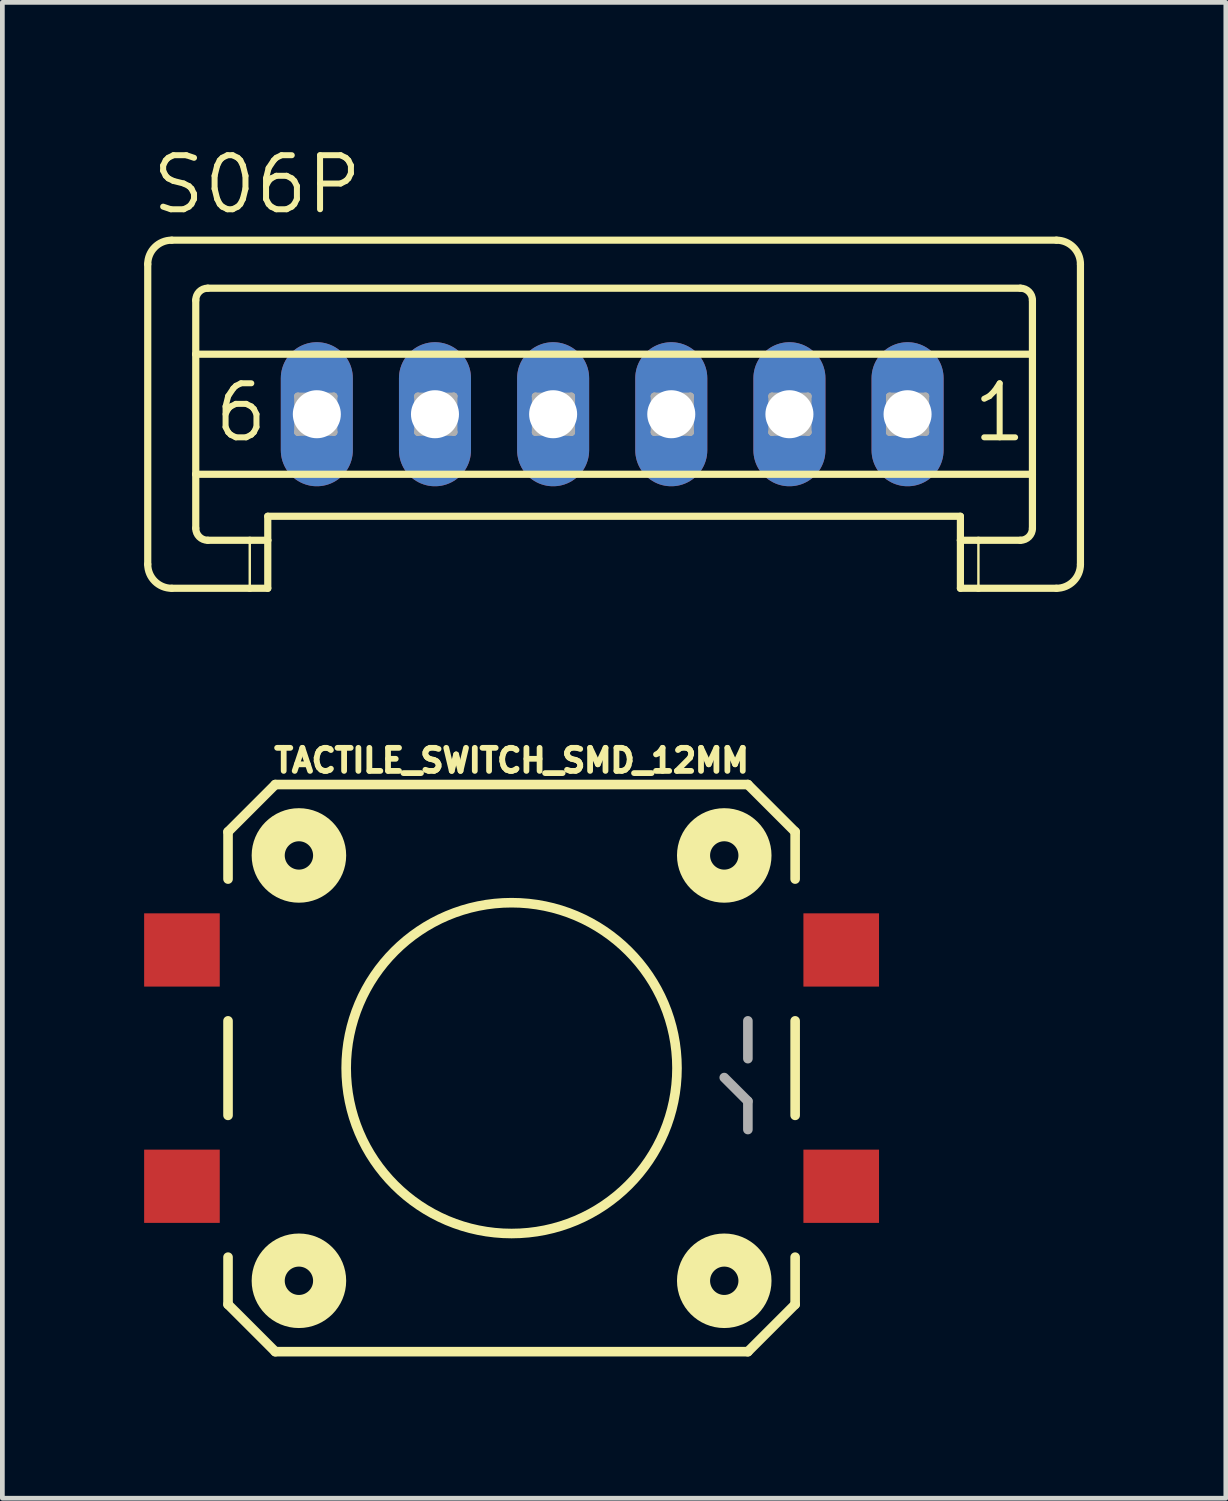
<source format=kicad_pcb>
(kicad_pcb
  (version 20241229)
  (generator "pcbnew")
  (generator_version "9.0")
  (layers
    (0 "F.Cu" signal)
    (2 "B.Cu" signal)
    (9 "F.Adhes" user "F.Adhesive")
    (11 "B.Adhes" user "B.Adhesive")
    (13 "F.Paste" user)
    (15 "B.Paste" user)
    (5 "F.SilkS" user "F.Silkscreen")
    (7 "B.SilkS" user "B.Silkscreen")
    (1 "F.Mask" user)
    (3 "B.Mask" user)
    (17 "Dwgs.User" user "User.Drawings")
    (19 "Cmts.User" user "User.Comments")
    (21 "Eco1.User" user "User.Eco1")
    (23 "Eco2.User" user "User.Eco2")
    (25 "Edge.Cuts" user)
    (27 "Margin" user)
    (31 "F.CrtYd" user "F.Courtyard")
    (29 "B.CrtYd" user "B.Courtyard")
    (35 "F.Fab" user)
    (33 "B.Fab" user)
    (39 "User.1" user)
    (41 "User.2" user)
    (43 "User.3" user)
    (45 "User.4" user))
  (footprint "S06P"
    (layer "F.Cu")
    (at 9.904 5.715)
    (property "Reference" "S06P" (at -9.803 -4.191 0) (layer "F.SilkS") (effects (font (size 1.143 1.143) (thickness 0.127)) (justify left bottom)))
    (fp_line (start -9.828 -3.175) (end -9.828 3.175) (stroke (width 0.152) (type solid)) (layer "F.SilkS"))
    (fp_line (start -9.32 -3.683) (end 9.4 -3.683) (stroke (width 0.152) (type solid)) (layer "F.SilkS"))
    (fp_line (start -8.812 -1.27) (end -8.812 -2.413) (stroke (width 0.152) (type solid)) (layer "F.SilkS"))
    (fp_line (start -8.812 -1.27) (end 8.892 -1.27) (stroke (width 0.152) (type solid)) (layer "F.SilkS"))
    (fp_line (start -8.812 1.27) (end -8.812 -1.27) (stroke (width 0.152) (type solid)) (layer "F.SilkS"))
    (fp_line (start -8.812 1.27) (end 8.892 1.27) (stroke (width 0.152) (type solid)) (layer "F.SilkS"))
    (fp_line (start -8.812 2.413) (end -8.812 1.27) (stroke (width 0.152) (type solid)) (layer "F.SilkS"))
    (fp_line (start -8.558 -2.667) (end 8.638 -2.667) (stroke (width 0.152) (type solid)) (layer "F.SilkS"))
    (fp_line (start -8.558 2.667) (end -7.669 2.667) (stroke (width 0.152) (type solid)) (layer "F.SilkS"))
    (fp_line (start -7.669 2.667) (end -7.669 3.683) (stroke (width 0.051) (type solid)) (layer "F.SilkS"))
    (fp_line (start -7.669 2.667) (end -7.288 2.667) (stroke (width 0.152) (type solid)) (layer "F.SilkS"))
    (fp_line (start -7.669 3.683) (end -9.32 3.683) (stroke (width 0.152) (type solid)) (layer "F.SilkS"))
    (fp_line (start -7.288 2.159) (end 7.368 2.159) (stroke (width 0.152) (type solid)) (layer "F.SilkS"))
    (fp_line (start -7.288 2.667) (end -7.288 2.159) (stroke (width 0.152) (type solid)) (layer "F.SilkS"))
    (fp_line (start -7.288 2.667) (end -7.288 3.683) (stroke (width 0.152) (type solid)) (layer "F.SilkS"))
    (fp_line (start -7.288 3.683) (end -7.669 3.683) (stroke (width 0.152) (type solid)) (layer "F.SilkS"))
    (fp_line (start 7.368 2.667) (end 7.368 2.159) (stroke (width 0.152) (type solid)) (layer "F.SilkS"))
    (fp_line (start 7.368 2.667) (end 7.749 2.667) (stroke (width 0.152) (type solid)) (layer "F.SilkS"))
    (fp_line (start 7.368 3.683) (end 7.368 2.667) (stroke (width 0.152) (type solid)) (layer "F.SilkS"))
    (fp_line (start 7.749 2.667) (end 7.749 3.683) (stroke (width 0.051) (type solid)) (layer "F.SilkS"))
    (fp_line (start 7.749 2.667) (end 8.638 2.667) (stroke (width 0.152) (type solid)) (layer "F.SilkS"))
    (fp_line (start 7.749 3.683) (end 7.368 3.683) (stroke (width 0.152) (type solid)) (layer "F.SilkS"))
    (fp_line (start 8.892 -1.27) (end 8.892 -2.413) (stroke (width 0.152) (type solid)) (layer "F.SilkS"))
    (fp_line (start 8.892 1.27) (end 8.892 -1.27) (stroke (width 0.152) (type solid)) (layer "F.SilkS"))
    (fp_line (start 8.892 2.413) (end 8.892 1.27) (stroke (width 0.152) (type solid)) (layer "F.SilkS"))
    (fp_line (start 9.4 3.683) (end 7.749 3.683) (stroke (width 0.152) (type solid)) (layer "F.SilkS"))
    (fp_line (start 9.908 -3.175) (end 9.908 3.175) (stroke (width 0.152) (type solid)) (layer "F.SilkS"))
    (fp_arc (start -9.828 -3.175) (mid -9.67921 -3.53421) (end -9.32 -3.683) (stroke (width 0.1524) (type solid)) (layer "F.SilkS"))
    (fp_arc (start -9.32 3.683) (mid -9.67921 3.53421) (end -9.828 3.175) (stroke (width 0.1524) (type solid)) (layer "F.SilkS"))
    (fp_arc (start -8.812 -2.413) (mid -8.737605 -2.592605) (end -8.558 -2.667) (stroke (width 0.1524) (type solid)) (layer "F.SilkS"))
    (fp_arc (start -8.558 2.667) (mid -8.737605 2.592605) (end -8.812 2.413) (stroke (width 0.1524) (type solid)) (layer "F.SilkS"))
    (fp_arc (start 8.638 -2.667) (mid 8.817605 -2.592605) (end 8.892 -2.413) (stroke (width 0.1524) (type solid)) (layer "F.SilkS"))
    (fp_arc (start 8.892 2.413) (mid 8.817605 2.592605) (end 8.638 2.667) (stroke (width 0.1524) (type solid)) (layer "F.SilkS"))
    (fp_arc (start 9.4 -3.683) (mid 9.75921 -3.53421) (end 9.908 -3.175) (stroke (width 0.1524) (type solid)) (layer "F.SilkS"))
    (fp_arc (start 9.908 3.175) (mid 9.75921 3.53421) (end 9.4 3.683) (stroke (width 0.1524) (type solid)) (layer "F.SilkS"))
    (fp_line (start -6.653 -0.381) (end -6.653 0.381) (stroke (width 0.152) (type solid)) (layer "F.Fab"))
    (fp_line (start -6.653 -0.381) (end -5.891 0.381) (stroke (width 0.152) (type solid)) (layer "F.Fab"))
    (fp_line (start -6.653 0.381) (end -5.891 0.381) (stroke (width 0.152) (type solid)) (layer "F.Fab"))
    (fp_line (start -5.891 -0.381) (end -6.653 -0.381) (stroke (width 0.152) (type solid)) (layer "F.Fab"))
    (fp_line (start -5.891 -0.381) (end -6.653 0.381) (stroke (width 0.152) (type solid)) (layer "F.Fab"))
    (fp_line (start -5.891 0.381) (end -5.891 -0.381) (stroke (width 0.152) (type solid)) (layer "F.Fab"))
    (fp_line (start -4.113 -0.381) (end -4.113 0.381) (stroke (width 0.152) (type solid)) (layer "F.Fab"))
    (fp_line (start -4.113 -0.381) (end -3.351 0.381) (stroke (width 0.152) (type solid)) (layer "F.Fab"))
    (fp_line (start -4.113 0.381) (end -3.351 0.381) (stroke (width 0.152) (type solid)) (layer "F.Fab"))
    (fp_line (start -3.351 -0.381) (end -4.113 -0.381) (stroke (width 0.152) (type solid)) (layer "F.Fab"))
    (fp_line (start -3.351 -0.381) (end -4.113 0.381) (stroke (width 0.152) (type solid)) (layer "F.Fab"))
    (fp_line (start -3.351 0.381) (end -3.351 -0.381) (stroke (width 0.152) (type solid)) (layer "F.Fab"))
    (fp_line (start -1.624 -0.381) (end -1.624 0.381) (stroke (width 0.152) (type solid)) (layer "F.Fab"))
    (fp_line (start -1.624 -0.381) (end -0.862 0.381) (stroke (width 0.152) (type solid)) (layer "F.Fab"))
    (fp_line (start -1.624 0.381) (end -0.862 0.381) (stroke (width 0.152) (type solid)) (layer "F.Fab"))
    (fp_line (start -0.862 -0.381) (end -1.624 -0.381) (stroke (width 0.152) (type solid)) (layer "F.Fab"))
    (fp_line (start -0.862 -0.381) (end -1.624 0.381) (stroke (width 0.152) (type solid)) (layer "F.Fab"))
    (fp_line (start -0.862 0.381) (end -0.862 -0.381) (stroke (width 0.152) (type solid)) (layer "F.Fab"))
    (fp_line (start 0.891 -0.381) (end 0.891 0.381) (stroke (width 0.152) (type solid)) (layer "F.Fab"))
    (fp_line (start 0.891 -0.381) (end 1.653 0.381) (stroke (width 0.152) (type solid)) (layer "F.Fab"))
    (fp_line (start 0.891 0.381) (end 1.653 0.381) (stroke (width 0.152) (type solid)) (layer "F.Fab"))
    (fp_line (start 1.653 -0.381) (end 0.891 -0.381) (stroke (width 0.152) (type solid)) (layer "F.Fab"))
    (fp_line (start 1.653 -0.381) (end 0.891 0.381) (stroke (width 0.152) (type solid)) (layer "F.Fab"))
    (fp_line (start 1.653 0.381) (end 1.653 -0.381) (stroke (width 0.152) (type solid)) (layer "F.Fab"))
    (fp_line (start 3.38 -0.381) (end 3.38 0.381) (stroke (width 0.152) (type solid)) (layer "F.Fab"))
    (fp_line (start 3.38 -0.381) (end 4.142 0.381) (stroke (width 0.152) (type solid)) (layer "F.Fab"))
    (fp_line (start 3.38 0.381) (end 4.142 0.381) (stroke (width 0.152) (type solid)) (layer "F.Fab"))
    (fp_line (start 4.142 -0.381) (end 3.38 -0.381) (stroke (width 0.152) (type solid)) (layer "F.Fab"))
    (fp_line (start 4.142 -0.381) (end 3.38 0.381) (stroke (width 0.152) (type solid)) (layer "F.Fab"))
    (fp_line (start 4.142 0.381) (end 4.142 -0.381) (stroke (width 0.152) (type solid)) (layer "F.Fab"))
    (fp_line (start 5.869 -0.381) (end 5.869 0.381) (stroke (width 0.152) (type solid)) (layer "F.Fab"))
    (fp_line (start 5.869 -0.381) (end 6.631 0.381) (stroke (width 0.152) (type solid)) (layer "F.Fab"))
    (fp_line (start 5.869 0.381) (end 6.631 0.381) (stroke (width 0.152) (type solid)) (layer "F.Fab"))
    (fp_line (start 6.631 -0.381) (end 5.869 -0.381) (stroke (width 0.152) (type solid)) (layer "F.Fab"))
    (fp_line (start 6.631 -0.381) (end 5.869 0.381) (stroke (width 0.152) (type solid)) (layer "F.Fab"))
    (fp_line (start 6.631 0.381) (end 6.631 -0.381) (stroke (width 0.152) (type solid)) (layer "F.Fab"))
    (fp_text user "1" (at 7.571 0.635 0) (layer "F.SilkS") (effects (font (size 1.143 1.143) (thickness 0.127)) (justify left bottom)))
    (fp_text user "6" (at -8.482 0.635 0) (layer "F.SilkS") (effects (font (size 1.143 1.143) (thickness 0.127)) (justify left bottom)))
    (pad "1" thru_hole oval (at 6.25 0 90) (size 3.048 1.524) (drill 1.016) (layers "*.Cu" "*.Mask"))
    (pad "2" thru_hole oval (at 3.75 0 90) (size 3.048 1.524) (drill 1.016) (layers "*.Cu" "*.Mask"))
    (pad "3" thru_hole oval (at 1.25 0 90) (size 3.048 1.524) (drill 1.016) (layers "*.Cu" "*.Mask"))
    (pad "4" thru_hole oval (at -1.25 0 90) (size 3.048 1.524) (drill 1.016) (layers "*.Cu" "*.Mask"))
    (pad "5" thru_hole oval (at -3.75 0 90) (size 3.048 1.524) (drill 1.016) (layers "*.Cu" "*.Mask"))
    (pad "6" thru_hole oval (at -6.25 0 90) (size 3.048 1.524) (drill 1.016) (layers "*.Cu" "*.Mask")))
  (footprint "TACTILE_SWITCH_SMD_12MM"
    (layer "F.Cu")
    (at 7.775 19.551)
    (property "Reference" "TACTILE_SWITCH_SMD_12MM" (at 0 -6.223 0) (layer "F.SilkS") (effects (font (size 0.488 0.488) (thickness 0.122)) (justify bottom)))
    (fp_line (start -6 -4) (end -6 -5) (stroke (width 0.203) (type solid)) (layer "F.SilkS"))
    (fp_line (start -6 1) (end -6 -1) (stroke (width 0.203) (type solid)) (layer "F.SilkS"))
    (fp_line (start -6 5) (end -6 4) (stroke (width 0.203) (type solid)) (layer "F.SilkS"))
    (fp_line (start -6 5) (end -5 6) (stroke (width 0.203) (type solid)) (layer "F.SilkS"))
    (fp_line (start -5 -6) (end -6 -5) (stroke (width 0.203) (type solid)) (layer "F.SilkS"))
    (fp_line (start -5 -6) (end 5 -6) (stroke (width 0.203) (type solid)) (layer "F.SilkS"))
    (fp_line (start 5 6) (end -5 6) (stroke (width 0.203) (type solid)) (layer "F.SilkS"))
    (fp_line (start 6 -5) (end 5 -6) (stroke (width 0.203) (type solid)) (layer "F.SilkS"))
    (fp_line (start 6 -5) (end 6 -4) (stroke (width 0.203) (type solid)) (layer "F.SilkS"))
    (fp_line (start 6 -1) (end 6 1) (stroke (width 0.203) (type solid)) (layer "F.SilkS"))
    (fp_line (start 6 4) (end 6 5) (stroke (width 0.203) (type solid)) (layer "F.SilkS"))
    (fp_line (start 6 5) (end 5 6) (stroke (width 0.203) (type solid)) (layer "F.SilkS"))
    (fp_circle (center -4.5 -4.5) (end -4.2 -4.5) (stroke (width 0.7) (type solid)) (fill no) (layer "F.SilkS"))
    (fp_circle (center -4.5 4.5) (end -4.2 4.5) (stroke (width 0.7) (type solid)) (fill no) (layer "F.SilkS"))
    (fp_circle (center 0 0) (end 3.5 0) (stroke (width 0.203) (type solid)) (fill no) (layer "F.SilkS"))
    (fp_circle (center 4.5 -4.5) (end 4.8 -4.5) (stroke (width 0.7) (type solid)) (fill no) (layer "F.SilkS"))
    (fp_circle (center 4.5 4.5) (end 4.8 4.5) (stroke (width 0.7) (type solid)) (fill no) (layer "F.SilkS"))
    (fp_line (start 5 -0.2) (end 5 -1) (stroke (width 0.203) (type solid)) (layer "F.Fab"))
    (fp_line (start 5 0.7) (end 4.5 0.2) (stroke (width 0.203) (type solid)) (layer "F.Fab"))
    (fp_line (start 5 1.3) (end 5 0.7) (stroke (width 0.203) (type solid)) (layer "F.Fab"))
    (pad "1" smd rect (at 6.975 2.5) (size 1.6 1.55) (layers "F.Cu" "F.Mask" "F.Paste"))
    (pad "2" smd rect (at -6.975 2.5) (size 1.6 1.55) (layers "F.Cu" "F.Mask" "F.Paste"))
    (pad "3" smd rect (at 6.975 -2.5) (size 1.6 1.55) (layers "F.Cu" "F.Mask" "F.Paste"))
    (pad "4" smd rect (at -6.975 -2.5) (size 1.6 1.55) (layers "F.Cu" "F.Mask" "F.Paste")))
  (gr_rect
    (start -3 -3)
    (end 22.888 28.652)
    (stroke (width 0.1) (type default))
    (fill no)
    (layer "Edge.Cuts")))
</source>
